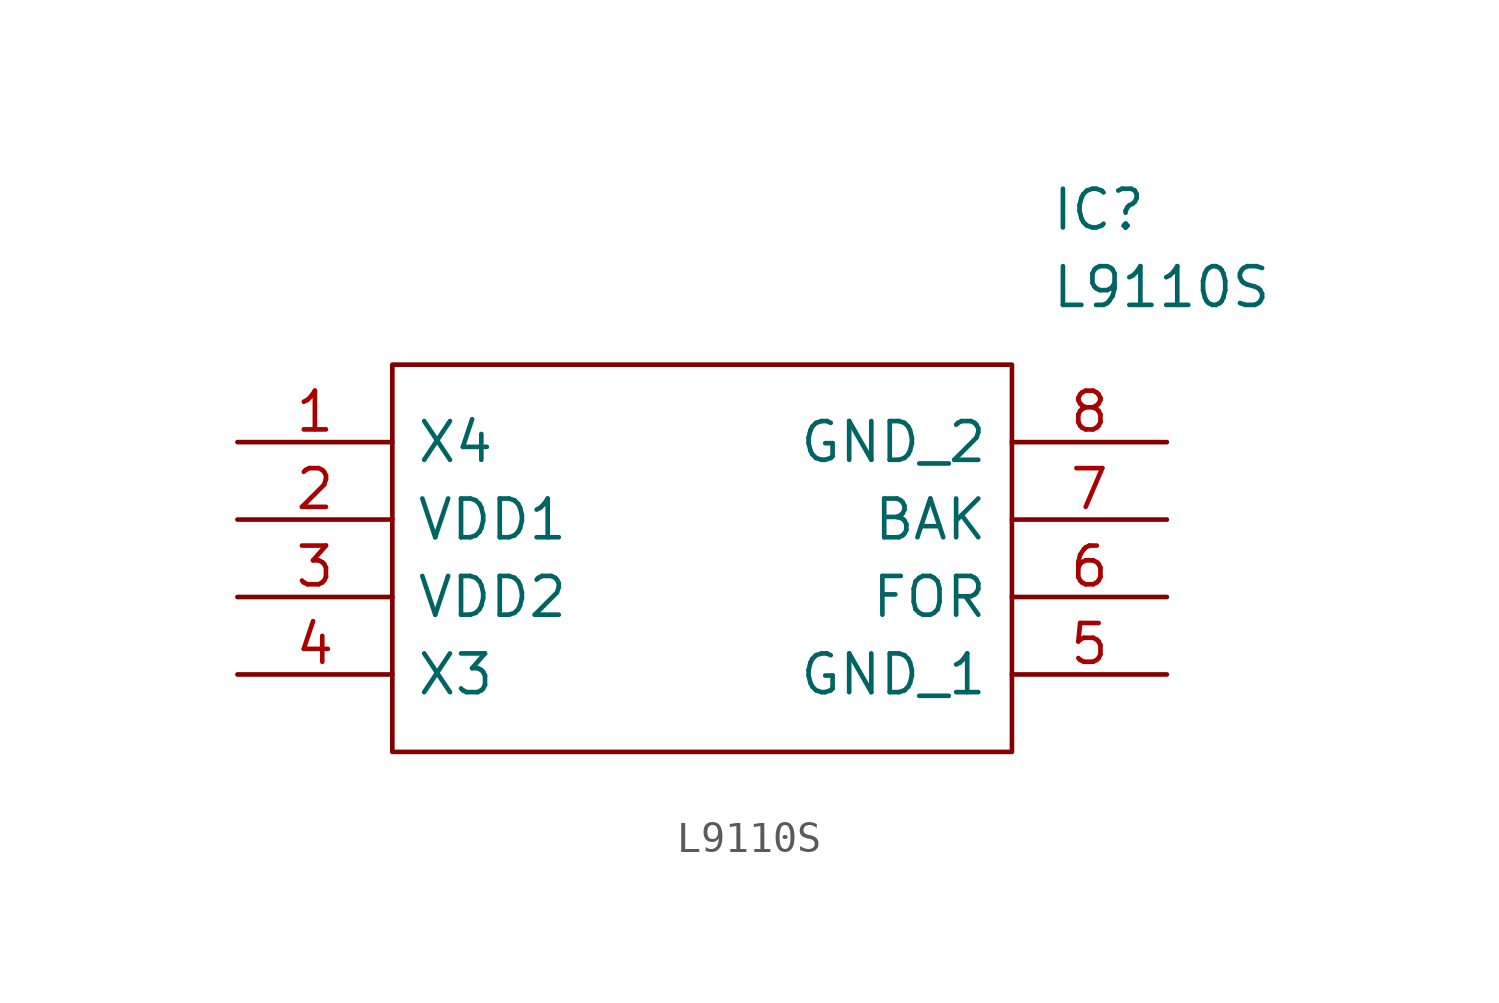
<source format=kicad_sym>
(kicad_symbol_lib
  (version 20211014)
  (generator kicad_symbol_editor)
  (symbol "L9110S"
    (pin_names
      (offset 0.762))
    (property "Reference" "IC"
      (at 26.67 7.62 0)
      (effects (font (size 1.27 1.27)) (justify left)))
    (property "Value" "L9110S"
      (at 26.67 5.08 0)
      (effects (font (size 1.27 1.27)) (justify left)))
    (symbol "L9110S_0_0"
      (pin passive line (at 0 0 0) (length 5.08) (name "X4" (effects (font (size 1.27 1.27)))) (number "1" (effects (font (size 1.27 1.27)))))
      (pin passive line (at 0 -2.54 0) (length 5.08) (name "VDD1" (effects (font (size 1.27 1.27)))) (number "2" (effects (font (size 1.27 1.27)))))
      (pin passive line (at 0 -5.08 0) (length 5.08) (name "VDD2" (effects (font (size 1.27 1.27)))) (number "3" (effects (font (size 1.27 1.27)))))
      (pin passive line (at 0 -7.62 0) (length 5.08) (name "X3" (effects (font (size 1.27 1.27)))) (number "4" (effects (font (size 1.27 1.27)))))
      (pin passive line (at 30.48 -7.62 180) (length 5.08) (name "GND_1" (effects (font (size 1.27 1.27)))) (number "5" (effects (font (size 1.27 1.27)))))
      (pin passive line (at 30.48 -5.08 180) (length 5.08) (name "FOR" (effects (font (size 1.27 1.27)))) (number "6" (effects (font (size 1.27 1.27)))))
      (pin passive line (at 30.48 -2.54 180) (length 5.08) (name "BAK" (effects (font (size 1.27 1.27)))) (number "7" (effects (font (size 1.27 1.27)))))
      (pin passive line (at 30.48 0 180) (length 5.08) (name "GND_2" (effects (font (size 1.27 1.27)))) (number "8" (effects (font (size 1.27 1.27))))))
    (symbol "L9110S_0_1"
      (polyline (pts (xy 5.08 2.54) (xy 25.4 2.54) (xy 25.4 -10.16) (xy 5.08 -10.16) (xy 5.08 2.54)) (stroke (width 0.152) (type default) (color 0 0 0 0)) (fill (type none))))))
</source>
